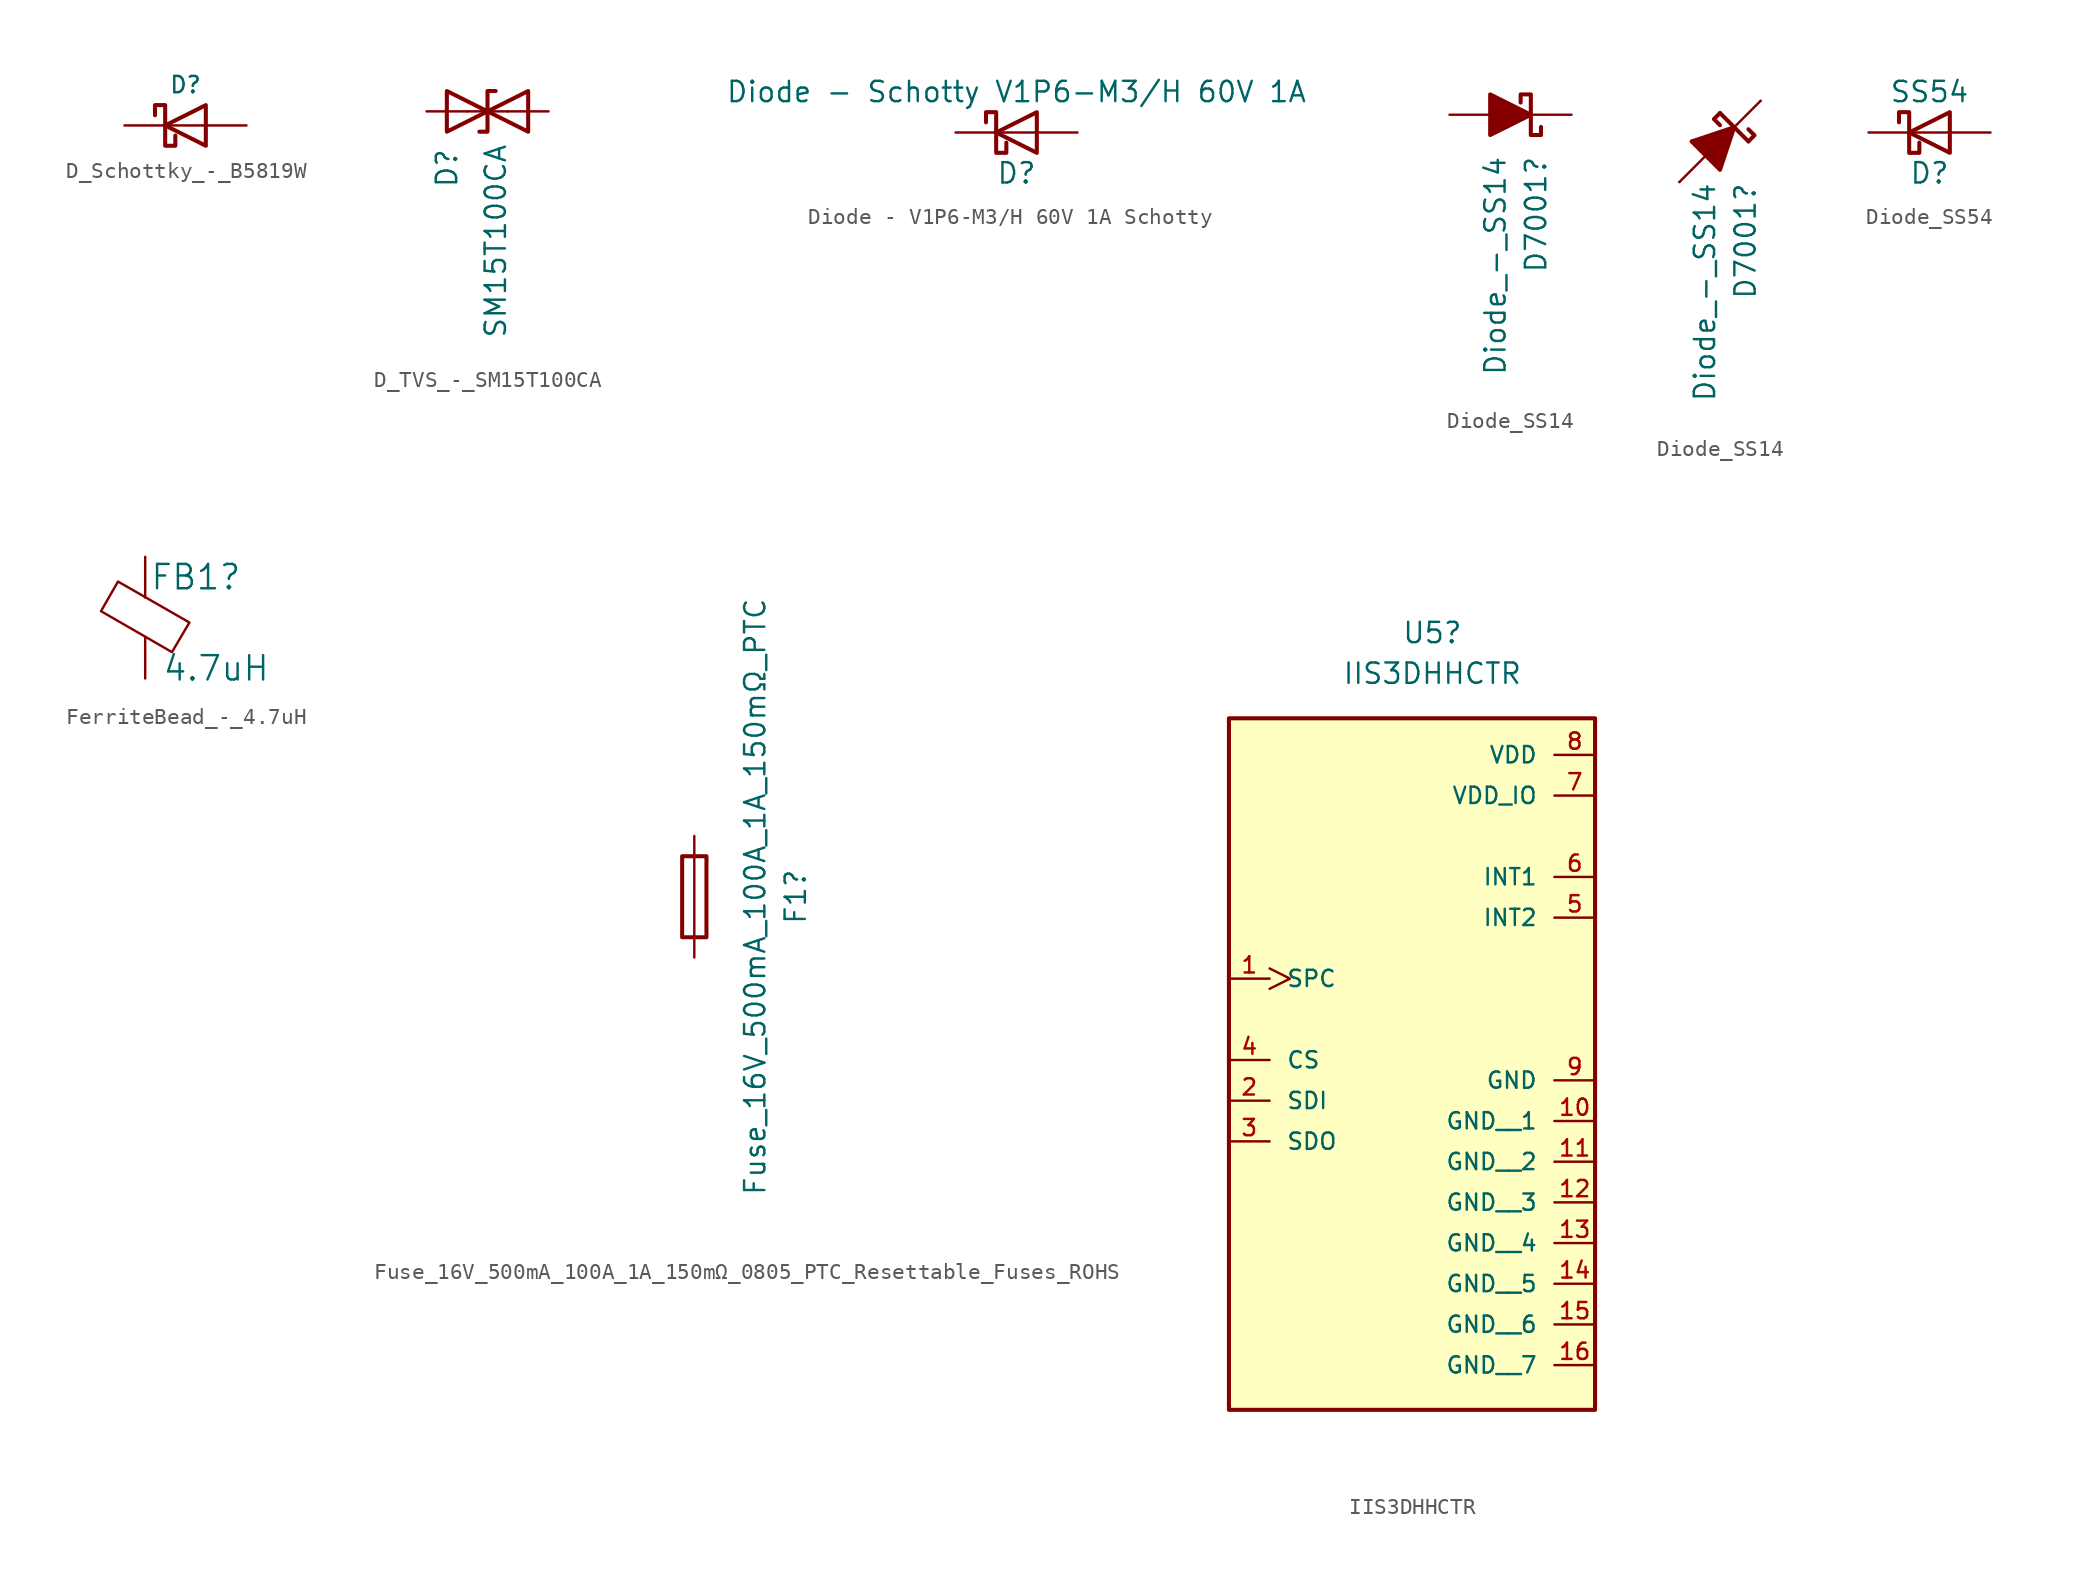
<source format=kicad_sym>
(kicad_symbol_lib
  (version 20241209)
  (generator "kicad_symbol_editor")
  (generator_version "9.0")
  (symbol "D_Schottky_-_B5819W"
    (pin_numbers
      (hide yes))
    (pin_names
      (offset 1.016)
      (hide yes))
    (property "Reference" "D"
      (at 0 2.54 0)
      (effects (font (size 1.016 1.016))))
    (symbol "D_Schottky_-_B5819W_0_1"
      (polyline (pts (xy -1.905 0.635) (xy -1.905 1.27) (xy -1.27 1.27) (xy -1.27 -1.27) (xy -0.635 -1.27) (xy -0.635 -0.635)) (stroke (width 0.254) (type default)) (fill (type none)))
      (polyline (pts (xy 1.27 1.27) (xy 1.27 -1.27) (xy -1.27 0) (xy 1.27 1.27)) (stroke (width 0.254) (type default)) (fill (type none)))
      (polyline (pts (xy 1.27 0) (xy -1.27 0)) (stroke (width 0) (type default)) (fill (type none))))
    (symbol "D_Schottky_-_B5819W_1_1"
      (pin passive line (at -3.81 0 0) (length 2.54) (name "K" (effects (font (size 1.27 1.27)))) (number "1" (effects (font (size 1.27 1.27)))))
      (pin passive line (at 3.81 0 180) (length 2.54) (name "A" (effects (font (size 1.27 1.27)))) (number "2" (effects (font (size 1.27 1.27)))))))
  (symbol "D_TVS_-_SM15T100CA"
    (pin_numbers
      (hide yes))
    (pin_names
      (offset 1.016)
      (hide yes))
    (property "Reference" "D"
      (at -2.54 -4.826 90)
      (effects (font (size 1.27 1.27)) (justify left)))
    (property "Value" "SM15T100CA"
      (at 0.508 -14.224 90)
      (effects (font (size 1.27 1.27)) (justify left)))
    (symbol "D_TVS_-_SM15T100CA_0_1"
      (polyline (pts (xy -2.54 1.27) (xy -2.54 -1.27) (xy 2.54 1.27) (xy 2.54 -1.27) (xy -2.54 1.27)) (stroke (width 0.254) (type default)) (fill (type none)))
      (polyline (pts (xy 0.508 1.27) (xy 0 1.27) (xy 0 -1.27) (xy -0.508 -1.27)) (stroke (width 0.254) (type default)) (fill (type none)))
      (polyline (pts (xy 1.27 0) (xy -1.27 0)) (stroke (width 0) (type default)) (fill (type none))))
    (symbol "D_TVS_-_SM15T100CA_1_1"
      (pin passive line (at -3.81 0 0) (length 2.54) (name "A1" (effects (font (size 1.27 1.27)))) (number "1" (effects (font (size 1.27 1.27)))))
      (pin passive line (at 3.81 0 180) (length 2.54) (name "A2" (effects (font (size 1.27 1.27)))) (number "2" (effects (font (size 1.27 1.27)))))))
  (symbol "Diode - V1P6-M3/H 60V 1A Schotty "
    (pin_numbers
      (hide yes))
    (pin_names
      (offset 1.016)
      (hide yes))
    (property "Reference" "D"
      (at 0 -2.54 0)
      (effects (font (size 1.27 1.27))))
    (property "Value" "Diode - Schotty V1P6-M3/H 60V 1A"
      (at 0 2.54 0)
      (effects (font (size 1.27 1.27))))
    (symbol "Diode - V1P6-M3/H 60V 1A Schotty _0_1"
      (polyline (pts (xy -1.905 0.635) (xy -1.905 1.27) (xy -1.27 1.27) (xy -1.27 -1.27) (xy -0.635 -1.27) (xy -0.635 -0.635)) (stroke (width 0.254) (type default)) (fill (type none)))
      (polyline (pts (xy 1.27 1.27) (xy 1.27 -1.27) (xy -1.27 0) (xy 1.27 1.27)) (stroke (width 0.254) (type default)) (fill (type none)))
      (polyline (pts (xy 1.27 0) (xy -1.27 0)) (stroke (width 0) (type default)) (fill (type none))))
    (symbol "Diode - V1P6-M3/H 60V 1A Schotty _1_1"
      (pin passive line (at -3.81 0 0) (length 2.54) (name "K" (effects (font (size 1.27 1.27)))) (number "1" (effects (font (size 1.27 1.27)))))
      (pin passive line (at 3.81 0 180) (length 2.54) (name "A" (effects (font (size 1.27 1.27)))) (number "2" (effects (font (size 1.27 1.27)))))))
  (symbol "Diode_SS14"
    (pin_numbers
      (hide yes))
    (pin_names
      (offset 1.016)
      (hide yes))
    (property "Reference" "D7001"
      (at 1.588 -2.54 90)
      (effects (font (size 1.27 1.27)) (justify right)))
    (property "Value" "Diode_-_SS14"
      (at -0.952 -2.54 90)
      (effects (font (size 1.27 1.27)) (justify right)))
    (symbol "Diode_SS14_0_1"
      (polyline (pts (xy -1.27 0) (xy 1.27 0)) (stroke (width 0) (type default)) (fill (type none)))
      (polyline (pts (xy -1.27 -1.27) (xy -1.27 1.27) (xy 1.27 0) (xy -1.27 -1.27)) (stroke (width 0.254) (type default)) (fill (type outline)))
      (polyline (pts (xy 1.905 -0.762) (xy 1.905 -1.27) (xy 1.27 -1.27) (xy 1.27 1.27) (xy 0.635 1.27) (xy 0.635 0.762)) (stroke (width 0.254) (type default)) (fill (type none))))
    (symbol "Diode_SS14_0_2"
      (polyline (pts (xy -2.54 -2.54) (xy 2.54 2.54)) (stroke (width 0) (type default)) (fill (type none)))
      (polyline (pts (xy -0.889 -0.889) (xy -1.778 0) (xy 0.889 0.889) (xy 0 -1.778) (xy -0.889 -0.889)) (stroke (width 0.254) (type default)) (fill (type outline)))
      (polyline (pts (xy 0 1.778) (xy 1.778 0)) (stroke (width 0.254) (type default)) (fill (type none)))
      (polyline (pts (xy 0 1.778) (xy -0.381 1.397) (xy 0 1.016)) (stroke (width 0.254) (type default)) (fill (type none)))
      (polyline (pts (xy 1.778 0) (xy 2.159 0.381) (xy 1.778 0.762)) (stroke (width 0.254) (type default)) (fill (type none))))
    (symbol "Diode_SS14_1_1"
      (pin passive line (at -3.81 0 0) (length 2.54) (name "A" (effects (font (size 1.27 1.27)))) (number "2" (effects (font (size 1.27 1.27)))))
      (pin passive line (at 3.81 0 180) (length 2.54) (name "K" (effects (font (size 1.27 1.27)))) (number "1" (effects (font (size 1.27 1.27))))))
    (symbol "Diode_SS14_1_2"
      (pin passive line (at -2.54 -2.54 0) (length 0) (name "A" (effects (font (size 1.27 1.27)))) (number "2" (effects (font (size 1.27 1.27)))))
      (pin passive line (at 2.54 2.54 180) (length 0) (name "K" (effects (font (size 1.27 1.27)))) (number "1" (effects (font (size 1.27 1.27)))))))
  (symbol "Diode_SS54"
    (pin_numbers
      (hide yes))
    (pin_names
      (offset 1.016)
      (hide yes))
    (property "Reference" "D"
      (at 0 -2.54 0)
      (effects (font (size 1.27 1.27))))
    (property "Value" "SS54"
      (at 0 2.54 0)
      (effects (font (size 1.27 1.27))))
    (symbol "Diode_SS54_0_1"
      (polyline (pts (xy -1.905 0.635) (xy -1.905 1.27) (xy -1.27 1.27) (xy -1.27 -1.27) (xy -0.635 -1.27) (xy -0.635 -0.635)) (stroke (width 0.254) (type default)) (fill (type none)))
      (polyline (pts (xy 1.27 1.27) (xy 1.27 -1.27) (xy -1.27 0) (xy 1.27 1.27)) (stroke (width 0.254) (type default)) (fill (type none)))
      (polyline (pts (xy 1.27 0) (xy -1.27 0)) (stroke (width 0) (type default)) (fill (type none))))
    (symbol "Diode_SS54_1_1"
      (pin passive line (at -3.81 0 0) (length 2.54) (name "K" (effects (font (size 1.27 1.27)))) (number "1" (effects (font (size 1.27 1.27)))))
      (pin passive line (at 3.81 0 180) (length 2.54) (name "A" (effects (font (size 1.27 1.27)))) (number "2" (effects (font (size 1.27 1.27)))))))
  (symbol "FerriteBead_-_4.7uH"
    (pin_numbers
      (hide yes))
    (pin_names
      (offset 0))
    (property "Reference" "FB1"
      (at 3.175 2.54 0)
      (effects (font (size 1.524 1.524))))
    (property "Value" "4.7uH"
      (at 4.445 -3.175 0)
      (effects (font (size 1.524 1.524))))
    (symbol "FerriteBead_-_4.7uH_0_1"
      (polyline (pts (xy -2.769 0.406) (xy -1.702 2.261) (xy 2.769 -0.305) (xy 1.676 -2.159) (xy -2.769 0.406)) (stroke (width 0) (type default)) (fill (type none)))
      (polyline (pts (xy 0 1.27) (xy 0 1.295)) (stroke (width 0) (type default)) (fill (type none)))
      (polyline (pts (xy 0 -1.27) (xy 0 -1.219)) (stroke (width 0) (type default)) (fill (type none))))
    (symbol "FerriteBead_-_4.7uH_1_1"
      (pin passive line (at 0 3.81 270) (length 2.54) (name "~" (effects (font (size 1.27 1.27)))) (number "1" (effects (font (size 1.27 1.27)))))
      (pin passive line (at 0 -3.81 90) (length 2.54) (name "~" (effects (font (size 1.27 1.27)))) (number "2" (effects (font (size 1.27 1.27)))))))
  (symbol "Fuse_16V_500mA_100A_1A_150mΩ_0805_PTC_Resettable_Fuses_ROHS"
    (pin_numbers
      (hide yes))
    (pin_names
      (offset 0))
    (property "Reference" "F1"
      (at 6.35 0 90)
      (effects (font (size 1.27 1.27))))
    (property "Value" "Fuse_16V_500mA_100A_1A_150mΩ_PTC"
      (at 3.81 0 90)
      (effects (font (size 1.27 1.27))))
    (symbol "Fuse_16V_500mA_100A_1A_150mΩ_0805_PTC_Resettable_Fuses_ROHS_0_1"
      (rectangle (start -0.762 -2.54) (end 0.762 2.54) (stroke (width 0.254) (type default)) (fill (type none)))
      (polyline (pts (xy 0 2.54) (xy 0 -2.54)) (stroke (width 0) (type default)) (fill (type none))))
    (symbol "Fuse_16V_500mA_100A_1A_150mΩ_0805_PTC_Resettable_Fuses_ROHS_1_1"
      (pin passive line (at 0 3.81 270) (length 1.27) (name "~" (effects (font (size 1.27 1.27)))) (number "1" (effects (font (size 1.27 1.27)))))
      (pin passive line (at 0 -3.81 90) (length 1.27) (name "~" (effects (font (size 1.27 1.27)))) (number "2" (effects (font (size 1.27 1.27)))))))
  (symbol "IIS3DHHCTR"
    (pin_names
      (offset 1.016))
    (property "Reference" "U5"
      (at 0 17.78 0)
      (effects (font (size 1.27 1.27))))
    (property "Value" "IIS3DHHCTR"
      (at 0 15.24 0)
      (effects (font (size 1.27 1.27))))
    (symbol "IIS3DHHCTR_0_0"
      (rectangle (start -12.7 12.446) (end 10.16 -30.734) (stroke (width 0.254) (type default)) (fill (type background)))
      (pin input clock (at -12.7 -3.81 0) (length 2.54) (name "SPC" (effects (font (size 1.016 1.016)))) (number "1" (effects (font (size 1.016 1.016)))))
      (pin input line (at -12.7 -8.89 0) (length 2.54) (name "CS" (effects (font (size 1.016 1.016)))) (number "4" (effects (font (size 1.016 1.016)))))
      (pin input line (at -12.7 -11.43 0) (length 2.54) (name "SDI" (effects (font (size 1.016 1.016)))) (number "2" (effects (font (size 1.016 1.016)))))
      (pin output line (at -12.7 -13.97 0) (length 2.54) (name "SDO" (effects (font (size 1.016 1.016)))) (number "3" (effects (font (size 1.016 1.016)))))
      (pin power_in line (at 10.16 10.16 180) (length 2.54) (name "VDD" (effects (font (size 1.016 1.016)))) (number "8" (effects (font (size 1.016 1.016)))))
      (pin power_in line (at 10.16 7.62 180) (length 2.54) (name "VDD_IO" (effects (font (size 1.016 1.016)))) (number "7" (effects (font (size 1.016 1.016)))))
      (pin output line (at 10.16 2.54 180) (length 2.54) (name "INT1" (effects (font (size 1.016 1.016)))) (number "6" (effects (font (size 1.016 1.016)))))
      (pin output line (at 10.16 0 180) (length 2.54) (name "INT2" (effects (font (size 1.016 1.016)))) (number "5" (effects (font (size 1.016 1.016)))))
      (pin power_in line (at 10.16 -10.16 180) (length 2.54) (name "GND" (effects (font (size 1.016 1.016)))) (number "9" (effects (font (size 1.016 1.016)))))
      (pin power_in line (at 10.16 -12.7 180) (length 2.54) (name "GND__1" (effects (font (size 1.016 1.016)))) (number "10" (effects (font (size 1.016 1.016)))))
      (pin power_in line (at 10.16 -15.24 180) (length 2.54) (name "GND__2" (effects (font (size 1.016 1.016)))) (number "11" (effects (font (size 1.016 1.016)))))
      (pin power_in line (at 10.16 -17.78 180) (length 2.54) (name "GND__3" (effects (font (size 1.016 1.016)))) (number "12" (effects (font (size 1.016 1.016)))))
      (pin power_in line (at 10.16 -20.32 180) (length 2.54) (name "GND__4" (effects (font (size 1.016 1.016)))) (number "13" (effects (font (size 1.016 1.016)))))
      (pin power_in line (at 10.16 -22.86 180) (length 2.54) (name "GND__5" (effects (font (size 1.016 1.016)))) (number "14" (effects (font (size 1.016 1.016)))))
      (pin power_in line (at 10.16 -25.4 180) (length 2.54) (name "GND__6" (effects (font (size 1.016 1.016)))) (number "15" (effects (font (size 1.016 1.016)))))
      (pin power_in line (at 10.16 -27.94 180) (length 2.54) (name "GND__7" (effects (font (size 1.016 1.016)))) (number "16" (effects (font (size 1.016 1.016))))))))
</source>
